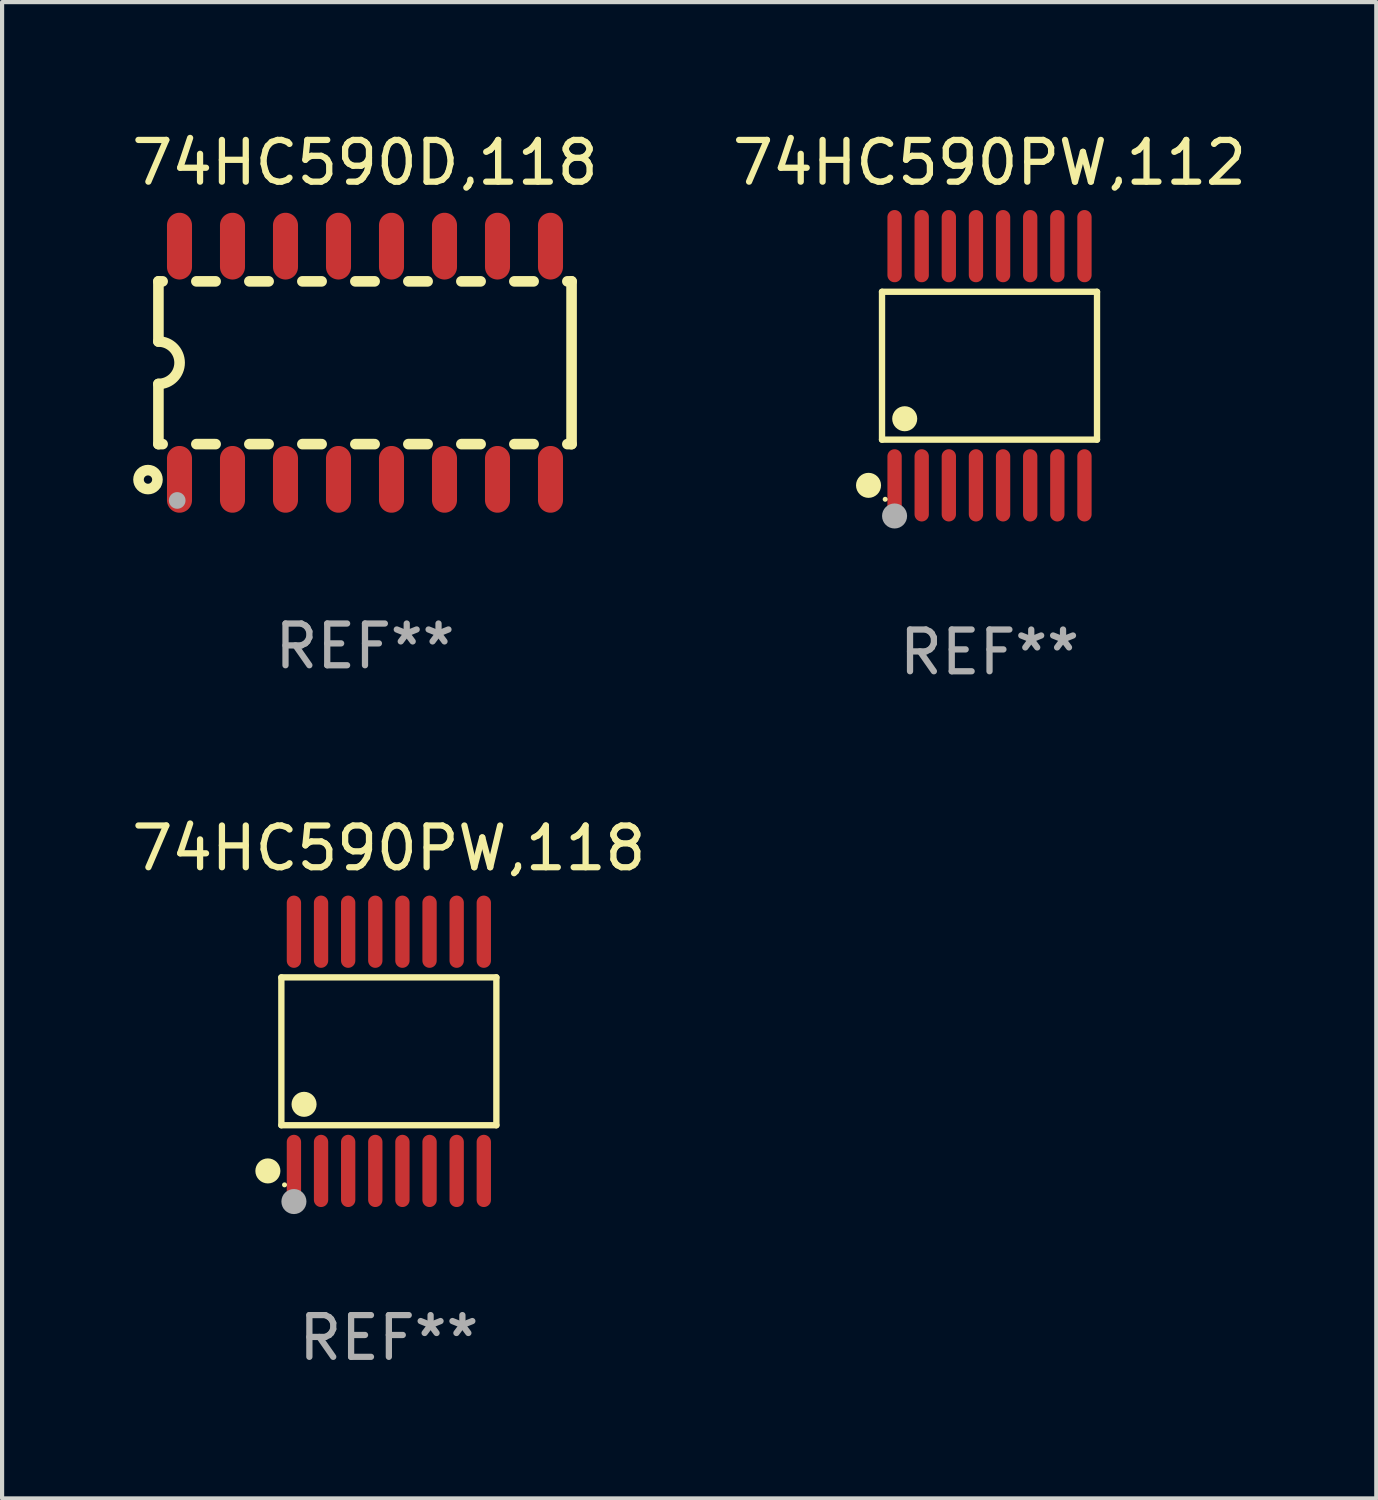
<source format=kicad_pcb>
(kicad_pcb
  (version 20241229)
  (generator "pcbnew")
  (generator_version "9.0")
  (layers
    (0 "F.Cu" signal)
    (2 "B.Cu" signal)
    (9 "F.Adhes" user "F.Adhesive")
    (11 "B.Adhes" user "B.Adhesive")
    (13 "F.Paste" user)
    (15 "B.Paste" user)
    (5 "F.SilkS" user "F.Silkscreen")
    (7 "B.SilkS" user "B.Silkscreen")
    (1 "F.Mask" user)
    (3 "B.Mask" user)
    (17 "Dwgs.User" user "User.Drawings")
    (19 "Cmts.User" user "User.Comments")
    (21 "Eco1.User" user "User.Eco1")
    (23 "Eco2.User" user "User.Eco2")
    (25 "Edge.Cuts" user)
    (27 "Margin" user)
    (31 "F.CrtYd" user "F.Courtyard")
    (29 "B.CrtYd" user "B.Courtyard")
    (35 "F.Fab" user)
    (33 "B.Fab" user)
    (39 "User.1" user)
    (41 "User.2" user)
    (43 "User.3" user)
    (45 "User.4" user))
  (footprint "74HC590PW,118"
    (layer "F.Cu")
    (at 6.268 22.142)
    (property "Reference" "74HC590PW,118" (at 0 -4.866 0) (layer "F.SilkS") (effects (font (size 1 1) (thickness 0.15))))
    (attr through_hole)
    (fp_line (start -2.576 -1.772) (end 2.576 -1.772) (stroke (width 0.152) (type solid)) (layer "F.SilkS"))
    (fp_line (start -2.576 1.771) (end -2.576 -1.772) (stroke (width 0.152) (type solid)) (layer "F.SilkS"))
    (fp_line (start 2.576 -1.772) (end 2.576 1.771) (stroke (width 0.152) (type solid)) (layer "F.SilkS"))
    (fp_line (start 2.576 1.771) (end -2.576 1.771) (stroke (width 0.152) (type solid)) (layer "F.SilkS"))
    (fp_circle (center -2.899 2.866) (end -2.749 2.866) (stroke (width 0.3) (type solid)) (fill no) (layer "F.SilkS"))
    (fp_circle (center -2.5 3.2) (end -2.47 3.2) (stroke (width 0.06) (type solid)) (fill no) (layer "F.SilkS"))
    (fp_circle (center -2.032 1.27) (end -1.882 1.27) (stroke (width 0.3) (type solid)) (fill no) (layer "F.SilkS"))
    (fp_circle (center -2.275 3.6) (end -2.125 3.6) (stroke (width 0.3) (type solid)) (fill no) (layer "F.Fab"))
    (fp_text user "REF**" (at 0 6.866 0) (layer "F.Fab") (effects (font (size 1 1) (thickness 0.15))))
    (pad "1" smd oval (at -2.275 2.866) (size 0.343 1.731) (layers "F.Cu" "F.Mask" "F.Paste"))
    (pad "2" smd oval (at -1.625 2.866) (size 0.343 1.731) (layers "F.Cu" "F.Mask" "F.Paste"))
    (pad "3" smd oval (at -0.975 2.866) (size 0.343 1.731) (layers "F.Cu" "F.Mask" "F.Paste"))
    (pad "4" smd oval (at -0.325 2.866) (size 0.343 1.731) (layers "F.Cu" "F.Mask" "F.Paste"))
    (pad "5" smd oval (at 0.325 2.866) (size 0.343 1.731) (layers "F.Cu" "F.Mask" "F.Paste"))
    (pad "6" smd oval (at 0.975 2.866) (size 0.343 1.731) (layers "F.Cu" "F.Mask" "F.Paste"))
    (pad "7" smd oval (at 1.625 2.866) (size 0.343 1.731) (layers "F.Cu" "F.Mask" "F.Paste"))
    (pad "8" smd oval (at 2.275 2.866) (size 0.343 1.731) (layers "F.Cu" "F.Mask" "F.Paste"))
    (pad "9" smd oval (at 2.275 -2.866) (size 0.343 1.731) (layers "F.Cu" "F.Mask" "F.Paste"))
    (pad "10" smd oval (at 1.625 -2.866) (size 0.343 1.731) (layers "F.Cu" "F.Mask" "F.Paste"))
    (pad "11" smd oval (at 0.975 -2.866) (size 0.343 1.731) (layers "F.Cu" "F.Mask" "F.Paste"))
    (pad "12" smd oval (at 0.325 -2.866) (size 0.343 1.731) (layers "F.Cu" "F.Mask" "F.Paste"))
    (pad "13" smd oval (at -0.325 -2.866) (size 0.343 1.731) (layers "F.Cu" "F.Mask" "F.Paste"))
    (pad "14" smd oval (at -0.975 -2.866) (size 0.343 1.731) (layers "F.Cu" "F.Mask" "F.Paste"))
    (pad "15" smd oval (at -1.625 -2.866) (size 0.343 1.731) (layers "F.Cu" "F.Mask" "F.Paste"))
    (pad "16" smd oval (at -2.275 -2.866) (size 0.343 1.731) (layers "F.Cu" "F.Mask" "F.Paste")))
  (footprint "74HC590PW,112"
    (layer "F.Cu")
    (at 20.661 5.714)
    (property "Reference" "74HC590PW,112" (at 0 -4.866 0) (layer "F.SilkS") (effects (font (size 1 1) (thickness 0.15))))
    (attr through_hole)
    (fp_line (start -2.576 -1.772) (end 2.576 -1.772) (stroke (width 0.152) (type solid)) (layer "F.SilkS"))
    (fp_line (start -2.576 1.771) (end -2.576 -1.772) (stroke (width 0.152) (type solid)) (layer "F.SilkS"))
    (fp_line (start 2.576 -1.772) (end 2.576 1.771) (stroke (width 0.152) (type solid)) (layer "F.SilkS"))
    (fp_line (start 2.576 1.771) (end -2.576 1.771) (stroke (width 0.152) (type solid)) (layer "F.SilkS"))
    (fp_circle (center -2.899 2.866) (end -2.749 2.866) (stroke (width 0.3) (type solid)) (fill no) (layer "F.SilkS"))
    (fp_circle (center -2.5 3.2) (end -2.47 3.2) (stroke (width 0.06) (type solid)) (fill no) (layer "F.SilkS"))
    (fp_circle (center -2.032 1.27) (end -1.882 1.27) (stroke (width 0.3) (type solid)) (fill no) (layer "F.SilkS"))
    (fp_circle (center -2.275 3.6) (end -2.125 3.6) (stroke (width 0.3) (type solid)) (fill no) (layer "F.Fab"))
    (fp_text user "REF**" (at 0 6.866 0) (layer "F.Fab") (effects (font (size 1 1) (thickness 0.15))))
    (pad "1" smd oval (at -2.275 2.866) (size 0.343 1.731) (layers "F.Cu" "F.Mask" "F.Paste"))
    (pad "2" smd oval (at -1.625 2.866) (size 0.343 1.731) (layers "F.Cu" "F.Mask" "F.Paste"))
    (pad "3" smd oval (at -0.975 2.866) (size 0.343 1.731) (layers "F.Cu" "F.Mask" "F.Paste"))
    (pad "4" smd oval (at -0.325 2.866) (size 0.343 1.731) (layers "F.Cu" "F.Mask" "F.Paste"))
    (pad "5" smd oval (at 0.325 2.866) (size 0.343 1.731) (layers "F.Cu" "F.Mask" "F.Paste"))
    (pad "6" smd oval (at 0.975 2.866) (size 0.343 1.731) (layers "F.Cu" "F.Mask" "F.Paste"))
    (pad "7" smd oval (at 1.625 2.866) (size 0.343 1.731) (layers "F.Cu" "F.Mask" "F.Paste"))
    (pad "8" smd oval (at 2.275 2.866) (size 0.343 1.731) (layers "F.Cu" "F.Mask" "F.Paste"))
    (pad "9" smd oval (at 2.275 -2.866) (size 0.343 1.731) (layers "F.Cu" "F.Mask" "F.Paste"))
    (pad "10" smd oval (at 1.625 -2.866) (size 0.343 1.731) (layers "F.Cu" "F.Mask" "F.Paste"))
    (pad "11" smd oval (at 0.975 -2.866) (size 0.343 1.731) (layers "F.Cu" "F.Mask" "F.Paste"))
    (pad "12" smd oval (at 0.325 -2.866) (size 0.343 1.731) (layers "F.Cu" "F.Mask" "F.Paste"))
    (pad "13" smd oval (at -0.325 -2.866) (size 0.343 1.731) (layers "F.Cu" "F.Mask" "F.Paste"))
    (pad "14" smd oval (at -0.975 -2.866) (size 0.343 1.731) (layers "F.Cu" "F.Mask" "F.Paste"))
    (pad "15" smd oval (at -1.625 -2.866) (size 0.343 1.731) (layers "F.Cu" "F.Mask" "F.Paste"))
    (pad "16" smd oval (at -2.275 -2.866) (size 0.343 1.731) (layers "F.Cu" "F.Mask" "F.Paste")))
  (footprint "74HC590D,118"
    (layer "F.Cu")
    (at 5.696 5.642)
    (property "Reference" "74HC590D,118" (at 0 -4.794 0) (layer "F.SilkS") (effects (font (size 1 1) (thickness 0.15))))
    (attr through_hole)
    (fp_line (start -4.95 -1.95) (end -4.95 -0.508) (stroke (width 0.254) (type solid)) (layer "F.SilkS"))
    (fp_line (start -4.95 -1.95) (end -4.849 -1.95) (stroke (width 0.254) (type solid)) (layer "F.SilkS"))
    (fp_line (start -4.95 1.95) (end -4.95 0.508) (stroke (width 0.254) (type solid)) (layer "F.SilkS"))
    (fp_line (start -4.95 1.95) (end -4.849 1.95) (stroke (width 0.254) (type solid)) (layer "F.SilkS"))
    (fp_line (start -4.041 -1.95) (end -3.579 -1.95) (stroke (width 0.254) (type solid)) (layer "F.SilkS"))
    (fp_line (start -4.041 1.95) (end -3.579 1.95) (stroke (width 0.254) (type solid)) (layer "F.SilkS"))
    (fp_line (start -2.771 -1.95) (end -2.309 -1.95) (stroke (width 0.254) (type solid)) (layer "F.SilkS"))
    (fp_line (start -2.771 1.95) (end -2.309 1.95) (stroke (width 0.254) (type solid)) (layer "F.SilkS"))
    (fp_line (start -1.501 -1.95) (end -1.039 -1.95) (stroke (width 0.254) (type solid)) (layer "F.SilkS"))
    (fp_line (start -1.501 1.95) (end -1.039 1.95) (stroke (width 0.254) (type solid)) (layer "F.SilkS"))
    (fp_line (start -0.231 -1.95) (end 0.231 -1.95) (stroke (width 0.254) (type solid)) (layer "F.SilkS"))
    (fp_line (start -0.231 1.95) (end 0.231 1.95) (stroke (width 0.254) (type solid)) (layer "F.SilkS"))
    (fp_line (start 1.039 -1.95) (end 1.501 -1.95) (stroke (width 0.254) (type solid)) (layer "F.SilkS"))
    (fp_line (start 1.039 1.95) (end 1.501 1.95) (stroke (width 0.254) (type solid)) (layer "F.SilkS"))
    (fp_line (start 2.309 -1.95) (end 2.771 -1.95) (stroke (width 0.254) (type solid)) (layer "F.SilkS"))
    (fp_line (start 2.309 1.95) (end 2.771 1.95) (stroke (width 0.254) (type solid)) (layer "F.SilkS"))
    (fp_line (start 3.579 -1.95) (end 4.041 -1.95) (stroke (width 0.254) (type solid)) (layer "F.SilkS"))
    (fp_line (start 3.579 1.95) (end 4.041 1.95) (stroke (width 0.254) (type solid)) (layer "F.SilkS"))
    (fp_line (start 4.849 -1.95) (end 4.95 -1.95) (stroke (width 0.254) (type solid)) (layer "F.SilkS"))
    (fp_line (start 4.849 1.95) (end 4.95 1.95) (stroke (width 0.254) (type solid)) (layer "F.SilkS"))
    (fp_line (start 4.95 -1.95) (end 4.95 1.95) (stroke (width 0.254) (type solid)) (layer "F.SilkS"))
    (fp_arc (start -4.95047 -0.508001) (mid -4.442469 -0.000228) (end -4.950013 0.508001) (stroke (width 0.254001) (type solid)) (layer "F.SilkS"))
    (fp_circle (center -5.2 2.8) (end -5.1 2.8) (stroke (width 0.254) (type solid)) (fill no) (layer "F.SilkS"))
    (fp_circle (center -4.95 2.947) (end -4.92 2.947) (stroke (width 0.06) (type solid)) (fill no) (layer "F.SilkS"))
    (fp_circle (center -4.5 3.3) (end -4.4 3.3) (stroke (width 0.2) (type solid)) (fill no) (layer "F.Fab"))
    (fp_text user "REF**" (at 0 6.794 0) (layer "F.Fab") (effects (font (size 1 1) (thickness 0.15))))
    (pad "1" smd oval (at -4.445 2.794) (size 0.6 1.6) (layers "F.Cu" "F.Mask" "F.Paste"))
    (pad "2" smd oval (at -3.175 2.794) (size 0.6 1.6) (layers "F.Cu" "F.Mask" "F.Paste"))
    (pad "3" smd oval (at -1.905 2.794) (size 0.6 1.6) (layers "F.Cu" "F.Mask" "F.Paste"))
    (pad "4" smd oval (at -0.635 2.794) (size 0.6 1.6) (layers "F.Cu" "F.Mask" "F.Paste"))
    (pad "5" smd oval (at 0.635 2.794) (size 0.6 1.6) (layers "F.Cu" "F.Mask" "F.Paste"))
    (pad "6" smd oval (at 1.905 2.794) (size 0.6 1.6) (layers "F.Cu" "F.Mask" "F.Paste"))
    (pad "7" smd oval (at 3.175 2.794) (size 0.6 1.6) (layers "F.Cu" "F.Mask" "F.Paste"))
    (pad "8" smd oval (at 4.445 2.794) (size 0.6 1.6) (layers "F.Cu" "F.Mask" "F.Paste"))
    (pad "9" smd oval (at 4.445 -2.794) (size 0.6 1.6) (layers "F.Cu" "F.Mask" "F.Paste"))
    (pad "10" smd oval (at 3.175 -2.794) (size 0.6 1.6) (layers "F.Cu" "F.Mask" "F.Paste"))
    (pad "11" smd oval (at 1.905 -2.794) (size 0.6 1.6) (layers "F.Cu" "F.Mask" "F.Paste"))
    (pad "12" smd oval (at 0.635 -2.794) (size 0.6 1.6) (layers "F.Cu" "F.Mask" "F.Paste"))
    (pad "13" smd oval (at -0.635 -2.794) (size 0.6 1.6) (layers "F.Cu" "F.Mask" "F.Paste"))
    (pad "14" smd oval (at -1.905 -2.794) (size 0.6 1.6) (layers "F.Cu" "F.Mask" "F.Paste"))
    (pad "15" smd oval (at -3.175 -2.794) (size 0.6 1.6) (layers "F.Cu" "F.Mask" "F.Paste"))
    (pad "16" smd oval (at -4.445 -2.794) (size 0.6 1.6) (layers "F.Cu" "F.Mask" "F.Paste")))
  (gr_rect
    (start -3 -3)
    (end 29.929 32.856)
    (stroke (width 0.1) (type default))
    (fill no)
    (layer "Edge.Cuts")))
</source>
